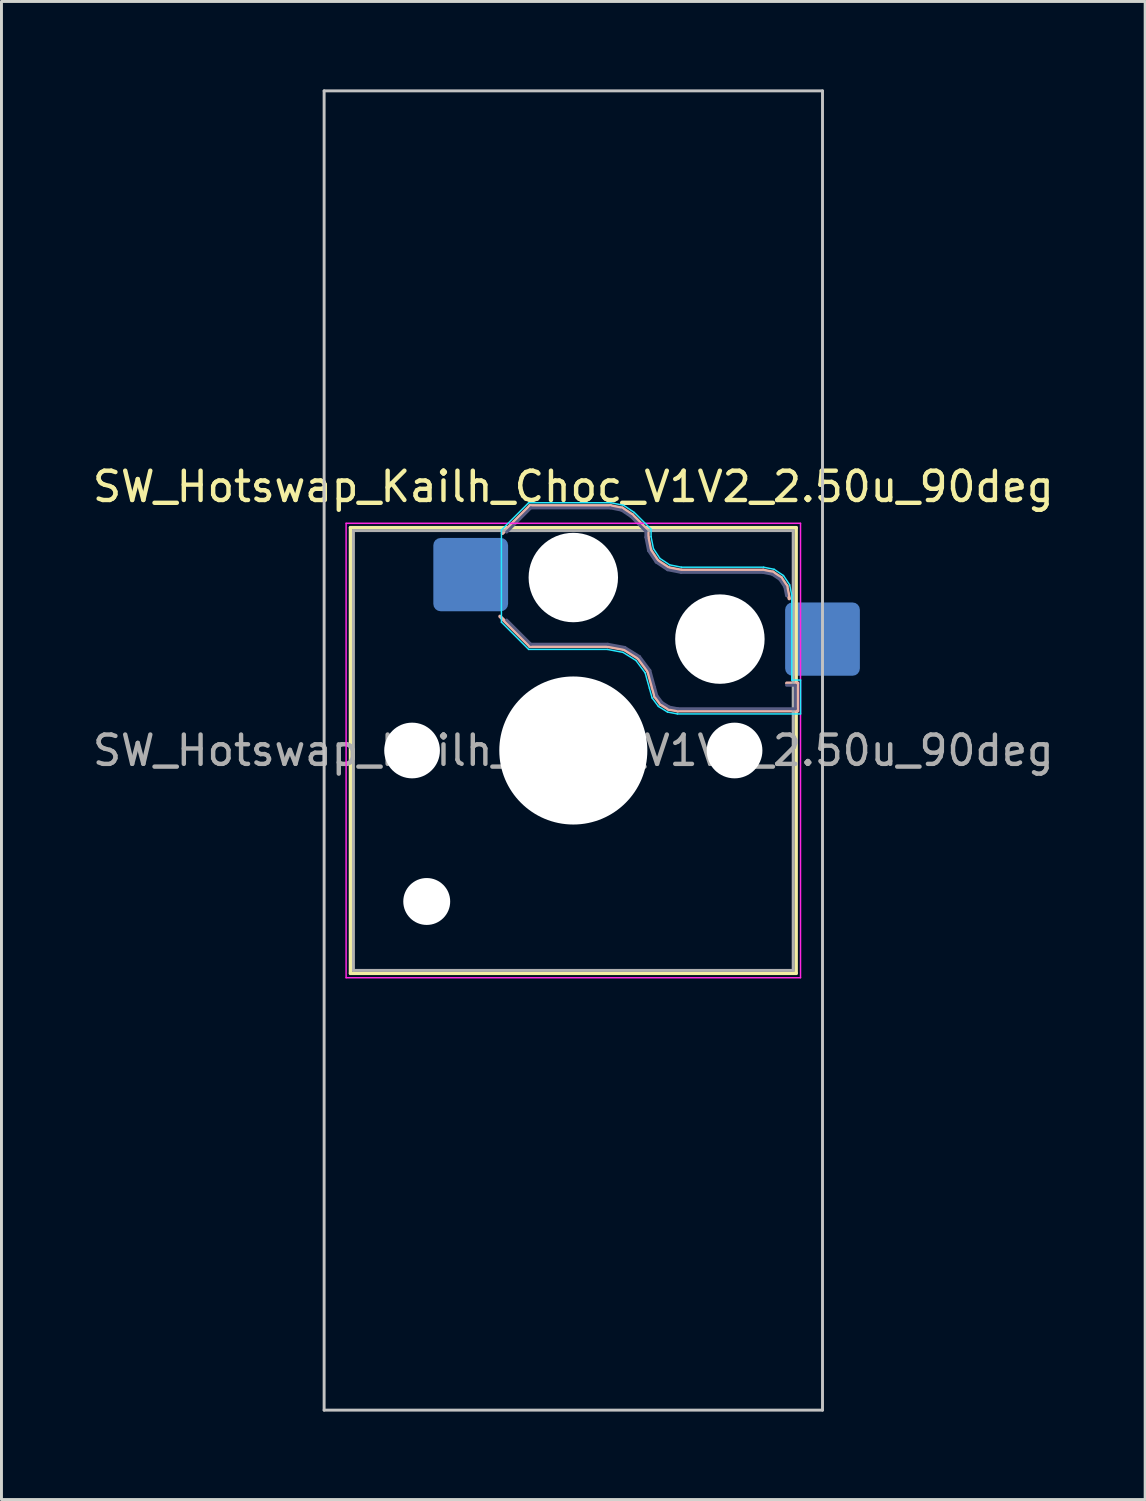
<source format=kicad_pcb>
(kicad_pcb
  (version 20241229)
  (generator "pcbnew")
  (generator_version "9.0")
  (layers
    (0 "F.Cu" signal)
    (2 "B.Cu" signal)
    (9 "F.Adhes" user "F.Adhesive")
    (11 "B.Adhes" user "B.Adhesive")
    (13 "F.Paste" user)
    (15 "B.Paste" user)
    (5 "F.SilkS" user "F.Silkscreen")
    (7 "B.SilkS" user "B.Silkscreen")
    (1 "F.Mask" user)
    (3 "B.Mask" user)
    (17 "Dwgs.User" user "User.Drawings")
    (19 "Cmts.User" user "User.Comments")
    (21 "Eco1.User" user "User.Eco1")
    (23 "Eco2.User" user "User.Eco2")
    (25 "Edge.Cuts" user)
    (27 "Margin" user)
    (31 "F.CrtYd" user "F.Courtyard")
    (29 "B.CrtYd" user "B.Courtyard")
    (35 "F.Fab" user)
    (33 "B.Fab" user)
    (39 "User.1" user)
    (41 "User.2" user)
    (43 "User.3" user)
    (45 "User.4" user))
  (footprint "SW_Hotswap_Kailh_Choc_V1V2_2.50u_90deg"
    (layer "F.Cu")
    (at 16.506 22.55)
    (property "Reference" "SW_Hotswap_Kailh_Choc_V1V2_2.50u_90deg" (at 0 -9 0) (layer "F.SilkS") (effects (font (size 1 1) (thickness 0.15))))
    (attr smd)
    (fp_line (start -7.6 -7.6) (end -7.6 7.6) (stroke (width 0.12) (type solid)) (layer "F.SilkS"))
    (fp_line (start -7.6 7.6) (end 7.6 7.6) (stroke (width 0.12) (type solid)) (layer "F.SilkS"))
    (fp_line (start 7.6 -7.6) (end -7.6 -7.6) (stroke (width 0.12) (type solid)) (layer "F.SilkS"))
    (fp_line (start 7.6 7.6) (end 7.6 -7.6) (stroke (width 0.12) (type solid)) (layer "F.SilkS"))
    (fp_line (start -2.416 -7.409) (end -1.479 -8.346) (stroke (width 0.12) (type solid)) (layer "B.SilkS"))
    (fp_line (start -1.479 -8.346) (end 1.268 -8.346) (stroke (width 0.12) (type solid)) (layer "B.SilkS"))
    (fp_line (start -1.479 -3.554) (end -2.5 -4.575) (stroke (width 0.12) (type solid)) (layer "B.SilkS"))
    (fp_line (start 1.168 -3.554) (end -1.479 -3.554) (stroke (width 0.12) (type solid)) (layer "B.SilkS"))
    (fp_line (start 1.268 -8.346) (end 1.671 -8.266) (stroke (width 0.12) (type solid)) (layer "B.SilkS"))
    (fp_line (start 1.671 -8.266) (end 2.013 -8.037) (stroke (width 0.12) (type solid)) (layer "B.SilkS"))
    (fp_line (start 1.73 -3.449) (end 1.168 -3.554) (stroke (width 0.12) (type solid)) (layer "B.SilkS"))
    (fp_line (start 2.013 -8.037) (end 2.546 -7.504) (stroke (width 0.12) (type solid)) (layer "B.SilkS"))
    (fp_line (start 2.209 -3.15) (end 1.73 -3.449) (stroke (width 0.12) (type solid)) (layer "B.SilkS"))
    (fp_line (start 2.546 -7.504) (end 2.546 -7.282) (stroke (width 0.12) (type solid)) (layer "B.SilkS"))
    (fp_line (start 2.546 -7.282) (end 2.633 -6.844) (stroke (width 0.12) (type solid)) (layer "B.SilkS"))
    (fp_line (start 2.547 -2.697) (end 2.209 -3.15) (stroke (width 0.12) (type solid)) (layer "B.SilkS"))
    (fp_line (start 2.633 -6.844) (end 2.877 -6.477) (stroke (width 0.12) (type solid)) (layer "B.SilkS"))
    (fp_line (start 2.701 -2.139) (end 2.547 -2.697) (stroke (width 0.12) (type solid)) (layer "B.SilkS"))
    (fp_line (start 2.783 -1.841) (end 2.701 -2.139) (stroke (width 0.12) (type solid)) (layer "B.SilkS"))
    (fp_line (start 2.877 -6.477) (end 3.244 -6.233) (stroke (width 0.12) (type solid)) (layer "B.SilkS"))
    (fp_line (start 2.976 -1.583) (end 2.783 -1.841) (stroke (width 0.12) (type solid)) (layer "B.SilkS"))
    (fp_line (start 3.244 -6.233) (end 3.682 -6.146) (stroke (width 0.12) (type solid)) (layer "B.SilkS"))
    (fp_line (start 3.25 -1.413) (end 2.976 -1.583) (stroke (width 0.12) (type solid)) (layer "B.SilkS"))
    (fp_line (start 3.56 -1.354) (end 3.25 -1.413) (stroke (width 0.12) (type solid)) (layer "B.SilkS"))
    (fp_line (start 3.682 -6.146) (end 6.482 -6.146) (stroke (width 0.12) (type solid)) (layer "B.SilkS"))
    (fp_line (start 6.482 -6.146) (end 6.809 -6.081) (stroke (width 0.12) (type solid)) (layer "B.SilkS"))
    (fp_line (start 6.809 -6.081) (end 7.092 -5.892) (stroke (width 0.12) (type solid)) (layer "B.SilkS"))
    (fp_line (start 7.092 -5.892) (end 7.281 -5.609) (stroke (width 0.12) (type solid)) (layer "B.SilkS"))
    (fp_line (start 7.281 -5.609) (end 7.366 -5.182) (stroke (width 0.12) (type solid)) (layer "B.SilkS"))
    (fp_line (start 7.283 -2.296) (end 7.646 -2.296) (stroke (width 0.12) (type solid)) (layer "B.SilkS"))
    (fp_line (start 7.646 -2.296) (end 7.646 -1.354) (stroke (width 0.12) (type solid)) (layer "B.SilkS"))
    (fp_line (start 7.646 -1.354) (end 3.56 -1.354) (stroke (width 0.12) (type solid)) (layer "B.SilkS"))
    (fp_line (start -8.5 -22.5) (end 8.5 -22.5) (stroke (width 0.1) (type solid)) (layer "Dwgs.User"))
    (fp_line (start -8.5 22.5) (end -8.5 -22.5) (stroke (width 0.1) (type solid)) (layer "Dwgs.User"))
    (fp_line (start 8.5 -22.5) (end 8.5 22.5) (stroke (width 0.1) (type solid)) (layer "Dwgs.User"))
    (fp_line (start 8.5 22.5) (end -8.5 22.5) (stroke (width 0.1) (type solid)) (layer "Dwgs.User"))
    (fp_line (start -7.25 -7.25) (end -7.25 7.25) (stroke (width 0.1) (type solid)) (layer "Eco1.User"))
    (fp_line (start -7.25 7.25) (end 7.25 7.25) (stroke (width 0.1) (type solid)) (layer "Eco1.User"))
    (fp_line (start 7.25 -7.25) (end -7.25 -7.25) (stroke (width 0.1) (type solid)) (layer "Eco1.User"))
    (fp_line (start 7.25 7.25) (end 7.25 -7.25) (stroke (width 0.1) (type solid)) (layer "Eco1.User"))
    (fp_line (start -2.452 -7.523) (end -1.523 -8.452) (stroke (width 0.05) (type solid)) (layer "B.CrtYd"))
    (fp_line (start -2.452 -4.377) (end -2.452 -7.523) (stroke (width 0.05) (type solid)) (layer "B.CrtYd"))
    (fp_line (start -1.523 -8.452) (end 1.278 -8.452) (stroke (width 0.05) (type solid)) (layer "B.CrtYd"))
    (fp_line (start -1.523 -3.448) (end -2.452 -4.377) (stroke (width 0.05) (type solid)) (layer "B.CrtYd"))
    (fp_line (start 1.159 -3.448) (end -1.523 -3.448) (stroke (width 0.05) (type solid)) (layer "B.CrtYd"))
    (fp_line (start 1.278 -8.452) (end 1.712 -8.366) (stroke (width 0.05) (type solid)) (layer "B.CrtYd"))
    (fp_line (start 1.691 -3.348) (end 1.159 -3.448) (stroke (width 0.05) (type solid)) (layer "B.CrtYd"))
    (fp_line (start 1.712 -8.366) (end 2.081 -8.119) (stroke (width 0.05) (type solid)) (layer "B.CrtYd"))
    (fp_line (start 2.081 -8.119) (end 2.652 -7.548) (stroke (width 0.05) (type solid)) (layer "B.CrtYd"))
    (fp_line (start 2.136 -3.071) (end 1.691 -3.348) (stroke (width 0.05) (type solid)) (layer "B.CrtYd"))
    (fp_line (start 2.45 -2.65) (end 2.136 -3.071) (stroke (width 0.05) (type solid)) (layer "B.CrtYd"))
    (fp_line (start 2.599 -2.111) (end 2.45 -2.65) (stroke (width 0.05) (type solid)) (layer "B.CrtYd"))
    (fp_line (start 2.652 -7.548) (end 2.652 -7.292) (stroke (width 0.05) (type solid)) (layer "B.CrtYd"))
    (fp_line (start 2.652 -7.292) (end 2.733 -6.885) (stroke (width 0.05) (type solid)) (layer "B.CrtYd"))
    (fp_line (start 2.687 -1.794) (end 2.599 -2.111) (stroke (width 0.05) (type solid)) (layer "B.CrtYd"))
    (fp_line (start 2.733 -6.885) (end 2.953 -6.553) (stroke (width 0.05) (type solid)) (layer "B.CrtYd"))
    (fp_line (start 2.903 -1.503) (end 2.687 -1.794) (stroke (width 0.05) (type solid)) (layer "B.CrtYd"))
    (fp_line (start 2.953 -6.553) (end 3.285 -6.333) (stroke (width 0.05) (type solid)) (layer "B.CrtYd"))
    (fp_line (start 3.211 -1.312) (end 2.903 -1.503) (stroke (width 0.05) (type solid)) (layer "B.CrtYd"))
    (fp_line (start 3.285 -6.333) (end 3.692 -6.252) (stroke (width 0.05) (type solid)) (layer "B.CrtYd"))
    (fp_line (start 3.55 -1.248) (end 3.211 -1.312) (stroke (width 0.05) (type solid)) (layer "B.CrtYd"))
    (fp_line (start 3.692 -6.252) (end 6.492 -6.252) (stroke (width 0.05) (type solid)) (layer "B.CrtYd"))
    (fp_line (start 6.492 -6.252) (end 6.85 -6.181) (stroke (width 0.05) (type solid)) (layer "B.CrtYd"))
    (fp_line (start 6.85 -6.181) (end 7.168 -5.968) (stroke (width 0.05) (type solid)) (layer "B.CrtYd"))
    (fp_line (start 7.168 -5.968) (end 7.381 -5.65) (stroke (width 0.05) (type solid)) (layer "B.CrtYd"))
    (fp_line (start 7.381 -5.65) (end 7.452 -5.292) (stroke (width 0.05) (type solid)) (layer "B.CrtYd"))
    (fp_line (start 7.452 -5.292) (end 7.452 -2.402) (stroke (width 0.05) (type solid)) (layer "B.CrtYd"))
    (fp_line (start 7.452 -2.402) (end 7.752 -2.402) (stroke (width 0.05) (type solid)) (layer "B.CrtYd"))
    (fp_line (start 7.752 -2.402) (end 7.752 -1.248) (stroke (width 0.05) (type solid)) (layer "B.CrtYd"))
    (fp_line (start 7.752 -1.248) (end 3.55 -1.248) (stroke (width 0.05) (type solid)) (layer "B.CrtYd"))
    (fp_line (start -7.75 -7.75) (end -7.75 7.75) (stroke (width 0.05) (type solid)) (layer "F.CrtYd"))
    (fp_line (start -7.75 7.75) (end 7.75 7.75) (stroke (width 0.05) (type solid)) (layer "F.CrtYd"))
    (fp_line (start 7.75 -7.75) (end -7.75 -7.75) (stroke (width 0.05) (type solid)) (layer "F.CrtYd"))
    (fp_line (start 7.75 7.75) (end 7.75 -7.75) (stroke (width 0.05) (type solid)) (layer "F.CrtYd"))
    (fp_line (start -2.275 -7.45) (end -1.45 -8.275) (stroke (width 0.1) (type solid)) (layer "B.Fab"))
    (fp_line (start -1.45 -8.275) (end 1.261 -8.275) (stroke (width 0.1) (type solid)) (layer "B.Fab"))
    (fp_line (start -1.45 -3.625) (end -2.275 -4.45) (stroke (width 0.1) (type solid)) (layer "B.Fab"))
    (fp_line (start 1.175 -3.625) (end -1.45 -3.625) (stroke (width 0.1) (type solid)) (layer "B.Fab"))
    (fp_line (start 1.261 -8.275) (end 1.643 -8.199) (stroke (width 0.1) (type solid)) (layer "B.Fab"))
    (fp_line (start 1.643 -8.199) (end 1.968 -7.982) (stroke (width 0.1) (type solid)) (layer "B.Fab"))
    (fp_line (start 1.756 -3.516) (end 1.175 -3.625) (stroke (width 0.1) (type solid)) (layer "B.Fab"))
    (fp_line (start 1.968 -7.982) (end 2.475 -7.475) (stroke (width 0.1) (type solid)) (layer "B.Fab"))
    (fp_line (start 2.258 -3.203) (end 1.756 -3.516) (stroke (width 0.1) (type solid)) (layer "B.Fab"))
    (fp_line (start 2.475 -7.475) (end 2.475 -7.275) (stroke (width 0.1) (type solid)) (layer "B.Fab"))
    (fp_line (start 2.475 -7.275) (end 2.566 -6.816) (stroke (width 0.1) (type solid)) (layer "B.Fab"))
    (fp_line (start 2.566 -6.816) (end 2.826 -6.426) (stroke (width 0.1) (type solid)) (layer "B.Fab"))
    (fp_line (start 2.612 -2.729) (end 2.258 -3.203) (stroke (width 0.1) (type solid)) (layer "B.Fab"))
    (fp_line (start 2.769 -2.158) (end 2.612 -2.729) (stroke (width 0.1) (type solid)) (layer "B.Fab"))
    (fp_line (start 2.826 -6.426) (end 3.216 -6.166) (stroke (width 0.1) (type solid)) (layer "B.Fab"))
    (fp_line (start 2.848 -1.873) (end 2.769 -2.158) (stroke (width 0.1) (type solid)) (layer "B.Fab"))
    (fp_line (start 3.025 -1.636) (end 2.848 -1.873) (stroke (width 0.1) (type solid)) (layer "B.Fab"))
    (fp_line (start 3.216 -6.166) (end 3.675 -6.075) (stroke (width 0.1) (type solid)) (layer "B.Fab"))
    (fp_line (start 3.276 -1.48) (end 3.025 -1.636) (stroke (width 0.1) (type solid)) (layer "B.Fab"))
    (fp_line (start 3.567 -1.425) (end 3.276 -1.48) (stroke (width 0.1) (type solid)) (layer "B.Fab"))
    (fp_line (start 3.675 -6.075) (end 6.475 -6.075) (stroke (width 0.1) (type solid)) (layer "B.Fab"))
    (fp_line (start 6.475 -6.075) (end 6.781 -6.014) (stroke (width 0.1) (type solid)) (layer "B.Fab"))
    (fp_line (start 6.781 -6.014) (end 7.041 -5.841) (stroke (width 0.1) (type solid)) (layer "B.Fab"))
    (fp_line (start 7.041 -5.841) (end 7.214 -5.581) (stroke (width 0.1) (type solid)) (layer "B.Fab"))
    (fp_line (start 7.214 -5.581) (end 7.275 -5.275) (stroke (width 0.1) (type solid)) (layer "B.Fab"))
    (fp_line (start 7.275 -2.225) (end 7.575 -2.225) (stroke (width 0.1) (type solid)) (layer "B.Fab"))
    (fp_line (start 7.575 -2.225) (end 7.575 -1.425) (stroke (width 0.1) (type solid)) (layer "B.Fab"))
    (fp_line (start 7.575 -1.425) (end 3.567 -1.425) (stroke (width 0.1) (type solid)) (layer "B.Fab"))
    (fp_line (start -7.5 -7.5) (end -7.5 7.5) (stroke (width 0.1) (type solid)) (layer "F.Fab"))
    (fp_line (start -7.5 7.5) (end 7.5 7.5) (stroke (width 0.1) (type solid)) (layer "F.Fab"))
    (fp_line (start 7.5 -7.5) (end -7.5 -7.5) (stroke (width 0.1) (type solid)) (layer "F.Fab"))
    (fp_line (start 7.5 7.5) (end 7.5 -7.5) (stroke (width 0.1) (type solid)) (layer "F.Fab"))
    (fp_text user "${REFERENCE}" (at 0 0 0) (layer "F.Fab") (effects (font (size 1 1) (thickness 0.15))))
    (pad "" np_thru_hole circle (at -5.5 0) (size 1.9 1.9) (drill 1.9) (layers "*.Cu" "*.Mask"))
    (pad "" np_thru_hole circle (at -5 5.15) (size 1.6 1.6) (drill 1.6) (layers "*.Cu" "*.Mask"))
    (pad "" np_thru_hole circle (at 0 -5.9) (size 3.05 3.05) (drill 3.05) (layers "*.Cu" "*.Mask"))
    (pad "" np_thru_hole circle (at 0 0) (size 5.05 5.05) (drill 5.05) (layers "*.Cu" "*.Mask"))
    (pad "" np_thru_hole circle (at 5 -3.8) (size 3.05 3.05) (drill 3.05) (layers "*.Cu" "*.Mask"))
    (pad "" np_thru_hole circle (at 5.5 0) (size 1.9 1.9) (drill 1.9) (layers "*.Cu" "*.Mask"))
    (pad "1" smd roundrect (at -3.5 -6) (size 2.55 2.5) (layers "B.Cu" "B.Mask" "B.Paste") (roundrect_rratio 0.1))
    (pad "2" smd roundrect (at 8.5 -3.8) (size 2.55 2.5) (layers "B.Cu" "B.Mask" "B.Paste") (roundrect_rratio 0.1)))
  (gr_rect
    (start -3 -3)
    (end 36.012 48.1)
    (stroke (width 0.1) (type default))
    (fill no)
    (layer "Edge.Cuts")))
</source>
